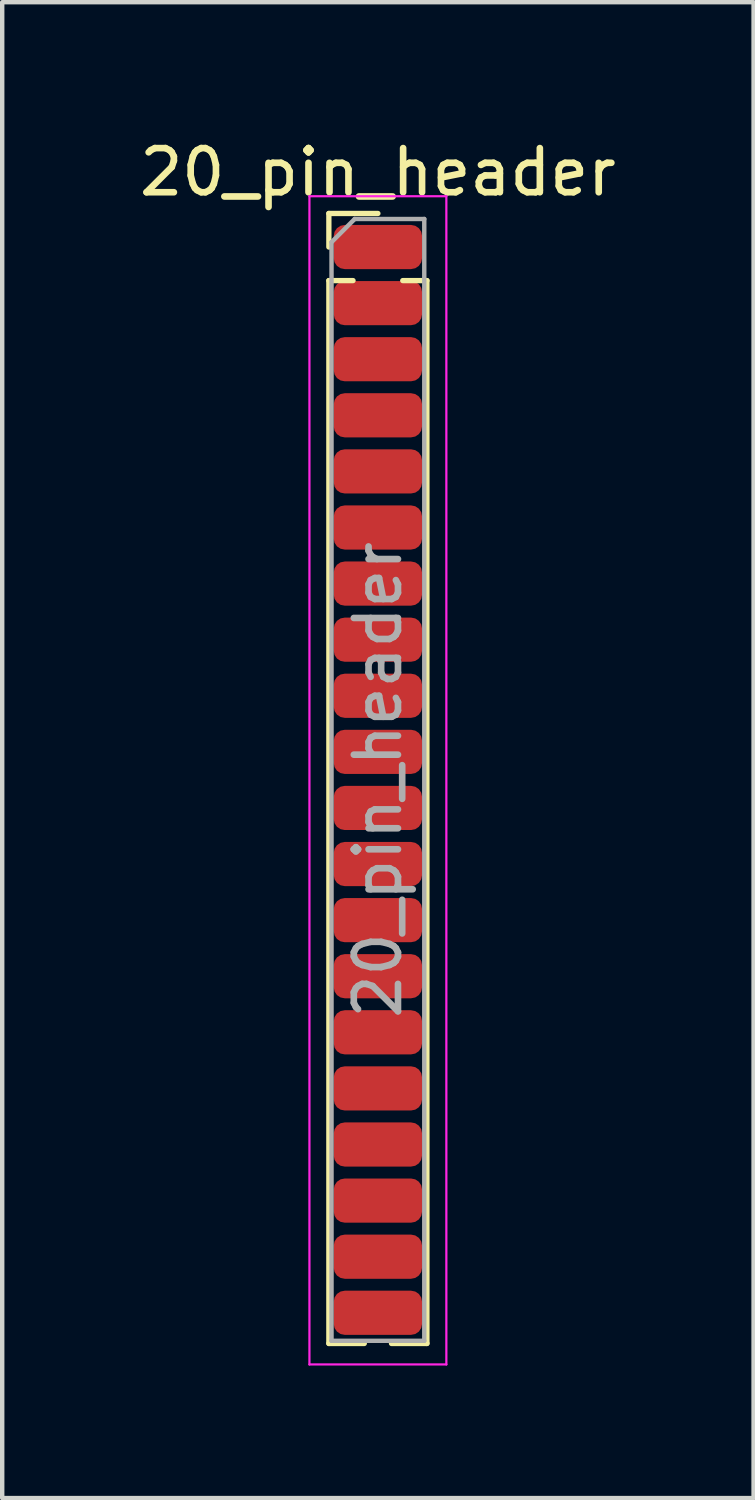
<source format=kicad_pcb>
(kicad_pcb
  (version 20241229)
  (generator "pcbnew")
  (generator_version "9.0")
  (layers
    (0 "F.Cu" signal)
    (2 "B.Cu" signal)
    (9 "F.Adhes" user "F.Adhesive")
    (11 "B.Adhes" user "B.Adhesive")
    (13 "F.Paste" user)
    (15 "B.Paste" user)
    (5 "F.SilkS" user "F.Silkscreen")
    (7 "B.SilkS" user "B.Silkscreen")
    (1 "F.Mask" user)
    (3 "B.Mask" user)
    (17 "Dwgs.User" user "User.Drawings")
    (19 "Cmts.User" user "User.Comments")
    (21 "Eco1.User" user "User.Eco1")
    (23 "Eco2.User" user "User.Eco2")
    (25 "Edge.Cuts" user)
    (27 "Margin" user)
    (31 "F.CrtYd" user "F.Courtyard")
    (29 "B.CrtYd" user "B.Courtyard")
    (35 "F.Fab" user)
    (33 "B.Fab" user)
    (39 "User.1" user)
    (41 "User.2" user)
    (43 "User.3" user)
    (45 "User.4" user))
  (footprint "20_pin_header"
    (layer "F.Cu")
    (at 5.506 2.543)
    (property "Reference" "20_pin_header" (at 0 -1.695 0) (layer "F.SilkS") (effects (font (size 1 1) (thickness 0.15))))
    (attr through_hole)
    (fp_line (start -1.11 -0.76) (end 0 -0.76) (stroke (width 0.12) (type solid)) (layer "F.SilkS"))
    (fp_line (start -1.11 0) (end -1.11 -0.76) (stroke (width 0.12) (type solid)) (layer "F.SilkS"))
    (fp_line (start -1.11 0.76) (end -1.11 24.825) (stroke (width 0.12) (type solid)) (layer "F.SilkS"))
    (fp_line (start -1.11 0.76) (end -0.563 0.76) (stroke (width 0.12) (type solid)) (layer "F.SilkS"))
    (fp_line (start -1.11 24.825) (end -0.308 24.825) (stroke (width 0.12) (type solid)) (layer "F.SilkS"))
    (fp_line (start 0.308 24.825) (end 1.11 24.825) (stroke (width 0.12) (type solid)) (layer "F.SilkS"))
    (fp_line (start 0.563 0.76) (end 1.11 0.76) (stroke (width 0.12) (type solid)) (layer "F.SilkS"))
    (fp_line (start 1.11 0.76) (end 1.11 24.825) (stroke (width 0.12) (type solid)) (layer "F.SilkS"))
    (fp_line (start -1.55 -1.15) (end -1.55 25.3) (stroke (width 0.05) (type solid)) (layer "F.CrtYd"))
    (fp_line (start -1.55 25.3) (end 1.55 25.3) (stroke (width 0.05) (type solid)) (layer "F.CrtYd"))
    (fp_line (start 1.55 -1.15) (end -1.55 -1.15) (stroke (width 0.05) (type solid)) (layer "F.CrtYd"))
    (fp_line (start 1.55 25.3) (end 1.55 -1.15) (stroke (width 0.05) (type solid)) (layer "F.CrtYd"))
    (fp_line (start -1.05 -0.11) (end -0.525 -0.635) (stroke (width 0.1) (type solid)) (layer "F.Fab"))
    (fp_line (start -1.05 24.765) (end -1.05 -0.11) (stroke (width 0.1) (type solid)) (layer "F.Fab"))
    (fp_line (start -0.525 -0.635) (end 1.05 -0.635) (stroke (width 0.1) (type solid)) (layer "F.Fab"))
    (fp_line (start 1.05 -0.635) (end 1.05 24.765) (stroke (width 0.1) (type solid)) (layer "F.Fab"))
    (fp_line (start 1.05 24.765) (end -1.05 24.765) (stroke (width 0.1) (type solid)) (layer "F.Fab"))
    (fp_text user "${REFERENCE}" (at 0 12.065 90) (layer "F.Fab") (effects (font (size 1 1) (thickness 0.15))))
    (pad "1" smd roundrect (at 0 0) (size 2 1) (layers "F.Cu" "F.Mask" "F.Paste") (roundrect_rratio 0.25))
    (pad "2" smd roundrect (at 0 1.27) (size 2 1) (layers "F.Cu" "F.Mask" "F.Paste") (roundrect_rratio 0.25))
    (pad "3" smd roundrect (at 0 2.54) (size 2 1) (layers "F.Cu" "F.Mask" "F.Paste") (roundrect_rratio 0.25))
    (pad "4" smd roundrect (at 0 3.81) (size 2 1) (layers "F.Cu" "F.Mask" "F.Paste") (roundrect_rratio 0.25))
    (pad "5" smd roundrect (at 0 5.08) (size 2 1) (layers "F.Cu" "F.Mask" "F.Paste") (roundrect_rratio 0.25))
    (pad "6" smd roundrect (at 0 6.35) (size 2 1) (layers "F.Cu" "F.Mask" "F.Paste") (roundrect_rratio 0.25))
    (pad "7" smd roundrect (at 0 7.62) (size 2 1) (layers "F.Cu" "F.Mask" "F.Paste") (roundrect_rratio 0.25))
    (pad "8" smd roundrect (at 0 8.89) (size 2 1) (layers "F.Cu" "F.Mask" "F.Paste") (roundrect_rratio 0.25))
    (pad "9" smd roundrect (at 0 10.16) (size 2 1) (layers "F.Cu" "F.Mask" "F.Paste") (roundrect_rratio 0.25))
    (pad "10" smd roundrect (at 0 11.43) (size 2 1) (layers "F.Cu" "F.Mask" "F.Paste") (roundrect_rratio 0.25))
    (pad "11" smd roundrect (at 0 12.7) (size 2 1) (layers "F.Cu" "F.Mask" "F.Paste") (roundrect_rratio 0.25))
    (pad "12" smd roundrect (at 0 13.97) (size 2 1) (layers "F.Cu" "F.Mask" "F.Paste") (roundrect_rratio 0.25))
    (pad "13" smd roundrect (at 0 15.24) (size 2 1) (layers "F.Cu" "F.Mask" "F.Paste") (roundrect_rratio 0.25))
    (pad "14" smd roundrect (at 0 16.51) (size 2 1) (layers "F.Cu" "F.Mask" "F.Paste") (roundrect_rratio 0.25))
    (pad "15" smd roundrect (at 0 17.78) (size 2 1) (layers "F.Cu" "F.Mask" "F.Paste") (roundrect_rratio 0.25))
    (pad "16" smd roundrect (at 0 19.05) (size 2 1) (layers "F.Cu" "F.Mask" "F.Paste") (roundrect_rratio 0.25))
    (pad "17" smd roundrect (at 0 20.32) (size 2 1) (layers "F.Cu" "F.Mask" "F.Paste") (roundrect_rratio 0.25))
    (pad "18" smd roundrect (at 0 21.59) (size 2 1) (layers "F.Cu" "F.Mask" "F.Paste") (roundrect_rratio 0.25))
    (pad "19" smd roundrect (at 0 22.86) (size 2 1) (layers "F.Cu" "F.Mask" "F.Paste") (roundrect_rratio 0.25))
    (pad "20" smd roundrect (at 0 24.13) (size 2 1) (layers "F.Cu" "F.Mask" "F.Paste") (roundrect_rratio 0.25)))
  (gr_rect
    (start -3 -3)
    (end 14.012 30.868)
    (stroke (width 0.1) (type default))
    (fill no)
    (layer "Edge.Cuts")))
</source>
